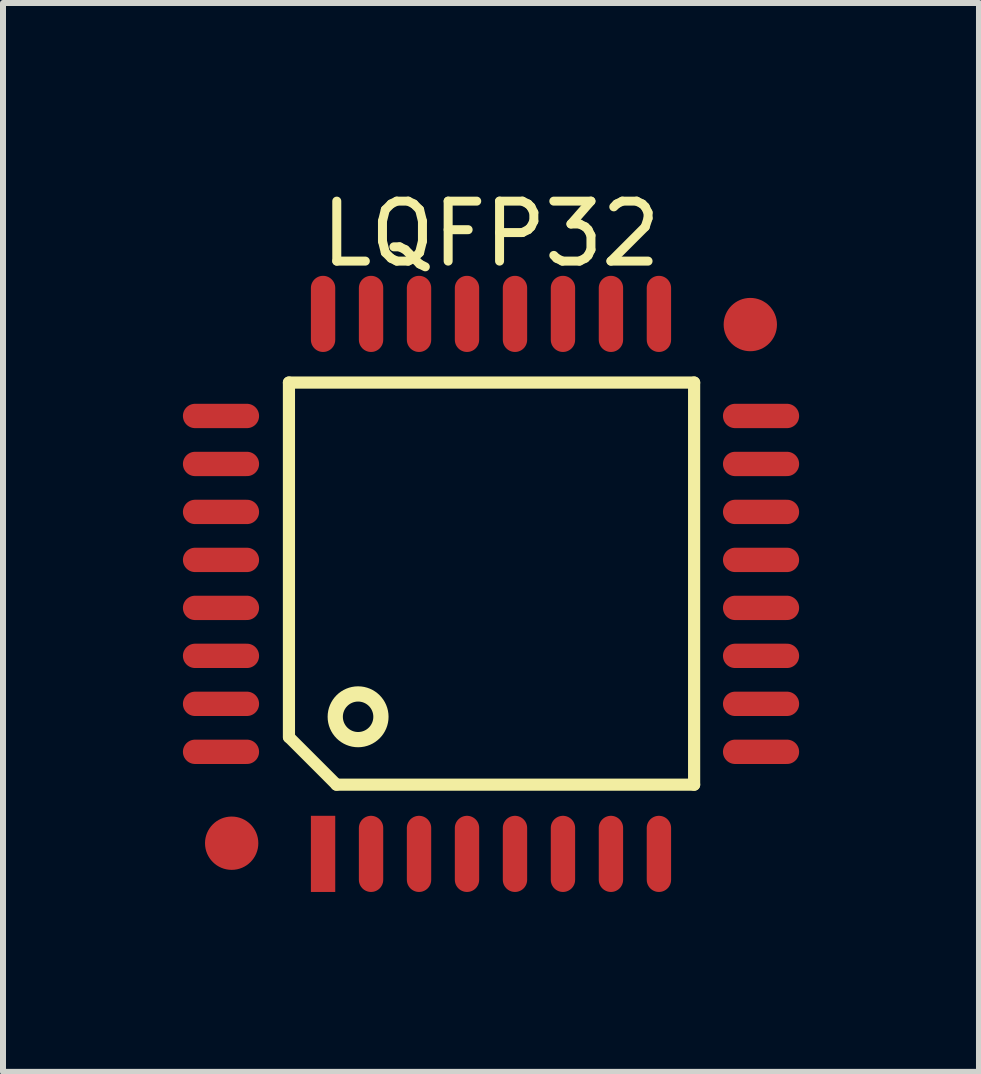
<source format=kicad_pcb>
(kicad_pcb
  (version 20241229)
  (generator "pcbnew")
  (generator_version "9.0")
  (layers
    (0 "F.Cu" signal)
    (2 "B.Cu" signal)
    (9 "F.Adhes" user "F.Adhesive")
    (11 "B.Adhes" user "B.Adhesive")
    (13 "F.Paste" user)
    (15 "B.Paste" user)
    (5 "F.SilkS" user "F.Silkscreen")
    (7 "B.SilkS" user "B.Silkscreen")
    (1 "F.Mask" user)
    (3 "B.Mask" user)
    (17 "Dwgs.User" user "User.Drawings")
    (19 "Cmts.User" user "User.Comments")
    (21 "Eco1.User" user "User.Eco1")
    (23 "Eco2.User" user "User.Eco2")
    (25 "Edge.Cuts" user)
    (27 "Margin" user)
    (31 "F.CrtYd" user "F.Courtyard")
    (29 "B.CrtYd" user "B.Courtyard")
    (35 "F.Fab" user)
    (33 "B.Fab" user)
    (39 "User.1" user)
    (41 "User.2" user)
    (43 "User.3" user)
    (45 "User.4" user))
  (footprint "LQFP32"
    (layer "F.Cu")
    (at 2.337 11.188)
    (property "Reference" "LQFP32" (at 2.8 -10.339 0) (layer "F.SilkS") (effects (font (size 1 1) (thickness 0.15))))
    (fp_line (start -0.569 -7.859) (end 6.187 -7.859) (stroke (width 0.203) (type solid)) (layer "F.SilkS"))
    (fp_line (start -0.569 -1.947) (end -0.569 -7.859) (stroke (width 0.203) (type solid)) (layer "F.SilkS"))
    (fp_line (start -0.569 -1.947) (end 0.224 -1.154) (stroke (width 0.2) (type solid)) (layer "F.SilkS"))
    (fp_line (start 0.224 -1.154) (end 6.187 -1.154) (stroke (width 0.203) (type solid)) (layer "F.SilkS"))
    (fp_line (start 6.187 -1.154) (end 6.187 -7.859) (stroke (width 0.203) (type solid)) (layer "F.SilkS"))
    (fp_circle (center 0.584 -2.286) (end 0.584 -2.667) (stroke (width 0.254) (type solid)) (fill no) (layer "F.SilkS"))
    (pad "0" smd circle (at -1.524 -0.178) (size 0.889 0.889) (layers "F.Cu" "F.Mask" "F.Paste"))
    (pad "0" smd circle (at 7.124 -8.826) (size 0.889 0.889) (layers "F.Cu" "F.Mask" "F.Paste"))
    (pad "1" smd rect (at 0 0) (size 0.406 1.27) (layers "F.Cu" "F.Mask" "F.Paste"))
    (pad "2" smd oval (at 0.8 0) (size 0.406 1.27) (layers "F.Cu" "F.Mask" "F.Paste"))
    (pad "3" smd oval (at 1.6 0) (size 0.406 1.27) (layers "F.Cu" "F.Mask" "F.Paste"))
    (pad "4" smd oval (at 2.4 0) (size 0.406 1.27) (layers "F.Cu" "F.Mask" "F.Paste"))
    (pad "5" smd oval (at 3.2 0) (size 0.406 1.27) (layers "F.Cu" "F.Mask" "F.Paste"))
    (pad "6" smd oval (at 4 0) (size 0.406 1.27) (layers "F.Cu" "F.Mask" "F.Paste"))
    (pad "7" smd oval (at 4.8 0) (size 0.406 1.27) (layers "F.Cu" "F.Mask" "F.Paste"))
    (pad "8" smd oval (at 5.6 0) (size 0.406 1.27) (layers "F.Cu" "F.Mask" "F.Paste"))
    (pad "9" smd oval (at 7.303 -1.702 90) (size 0.406 1.27) (layers "F.Cu" "F.Mask" "F.Paste"))
    (pad "10" smd oval (at 7.303 -2.502 90) (size 0.406 1.27) (layers "F.Cu" "F.Mask" "F.Paste"))
    (pad "11" smd oval (at 7.303 -3.302 90) (size 0.406 1.27) (layers "F.Cu" "F.Mask" "F.Paste"))
    (pad "12" smd oval (at 7.303 -4.102 90) (size 0.406 1.27) (layers "F.Cu" "F.Mask" "F.Paste"))
    (pad "13" smd oval (at 7.303 -4.902 90) (size 0.406 1.27) (layers "F.Cu" "F.Mask" "F.Paste"))
    (pad "14" smd oval (at 7.303 -5.702 90) (size 0.406 1.27) (layers "F.Cu" "F.Mask" "F.Paste"))
    (pad "15" smd oval (at 7.303 -6.502 90) (size 0.406 1.27) (layers "F.Cu" "F.Mask" "F.Paste"))
    (pad "16" smd oval (at 7.303 -7.302 90) (size 0.406 1.27) (layers "F.Cu" "F.Mask" "F.Paste"))
    (pad "17" smd oval (at 5.6 -9.004) (size 0.406 1.27) (layers "F.Cu" "F.Mask" "F.Paste"))
    (pad "18" smd oval (at 4.8 -9.004) (size 0.406 1.27) (layers "F.Cu" "F.Mask" "F.Paste"))
    (pad "19" smd oval (at 4 -9.004) (size 0.406 1.27) (layers "F.Cu" "F.Mask" "F.Paste"))
    (pad "20" smd oval (at 3.2 -9.004) (size 0.406 1.27) (layers "F.Cu" "F.Mask" "F.Paste"))
    (pad "21" smd oval (at 2.4 -9.004) (size 0.406 1.27) (layers "F.Cu" "F.Mask" "F.Paste"))
    (pad "22" smd oval (at 1.6 -9.004) (size 0.406 1.27) (layers "F.Cu" "F.Mask" "F.Paste"))
    (pad "23" smd oval (at 0.8 -9.004) (size 0.406 1.27) (layers "F.Cu" "F.Mask" "F.Paste"))
    (pad "24" smd oval (at 0 -9.004) (size 0.406 1.27) (layers "F.Cu" "F.Mask" "F.Paste"))
    (pad "25" smd oval (at -1.702 -7.302 90) (size 0.406 1.27) (layers "F.Cu" "F.Mask" "F.Paste"))
    (pad "26" smd oval (at -1.702 -6.502 90) (size 0.406 1.27) (layers "F.Cu" "F.Mask" "F.Paste"))
    (pad "27" smd oval (at -1.702 -5.702 90) (size 0.406 1.27) (layers "F.Cu" "F.Mask" "F.Paste"))
    (pad "28" smd oval (at -1.702 -4.902 90) (size 0.406 1.27) (layers "F.Cu" "F.Mask" "F.Paste"))
    (pad "29" smd oval (at -1.702 -4.102 90) (size 0.406 1.27) (layers "F.Cu" "F.Mask" "F.Paste"))
    (pad "30" smd oval (at -1.702 -3.302 90) (size 0.406 1.27) (layers "F.Cu" "F.Mask" "F.Paste"))
    (pad "31" smd oval (at -1.702 -2.502 90) (size 0.406 1.27) (layers "F.Cu" "F.Mask" "F.Paste"))
    (pad "32" smd oval (at -1.702 -1.702 90) (size 0.406 1.27) (layers "F.Cu" "F.Mask" "F.Paste")))
  (gr_rect
    (start -3 -3)
    (end 13.274 14.823)
    (stroke (width 0.1) (type default))
    (fill no)
    (layer "Edge.Cuts")))
</source>
